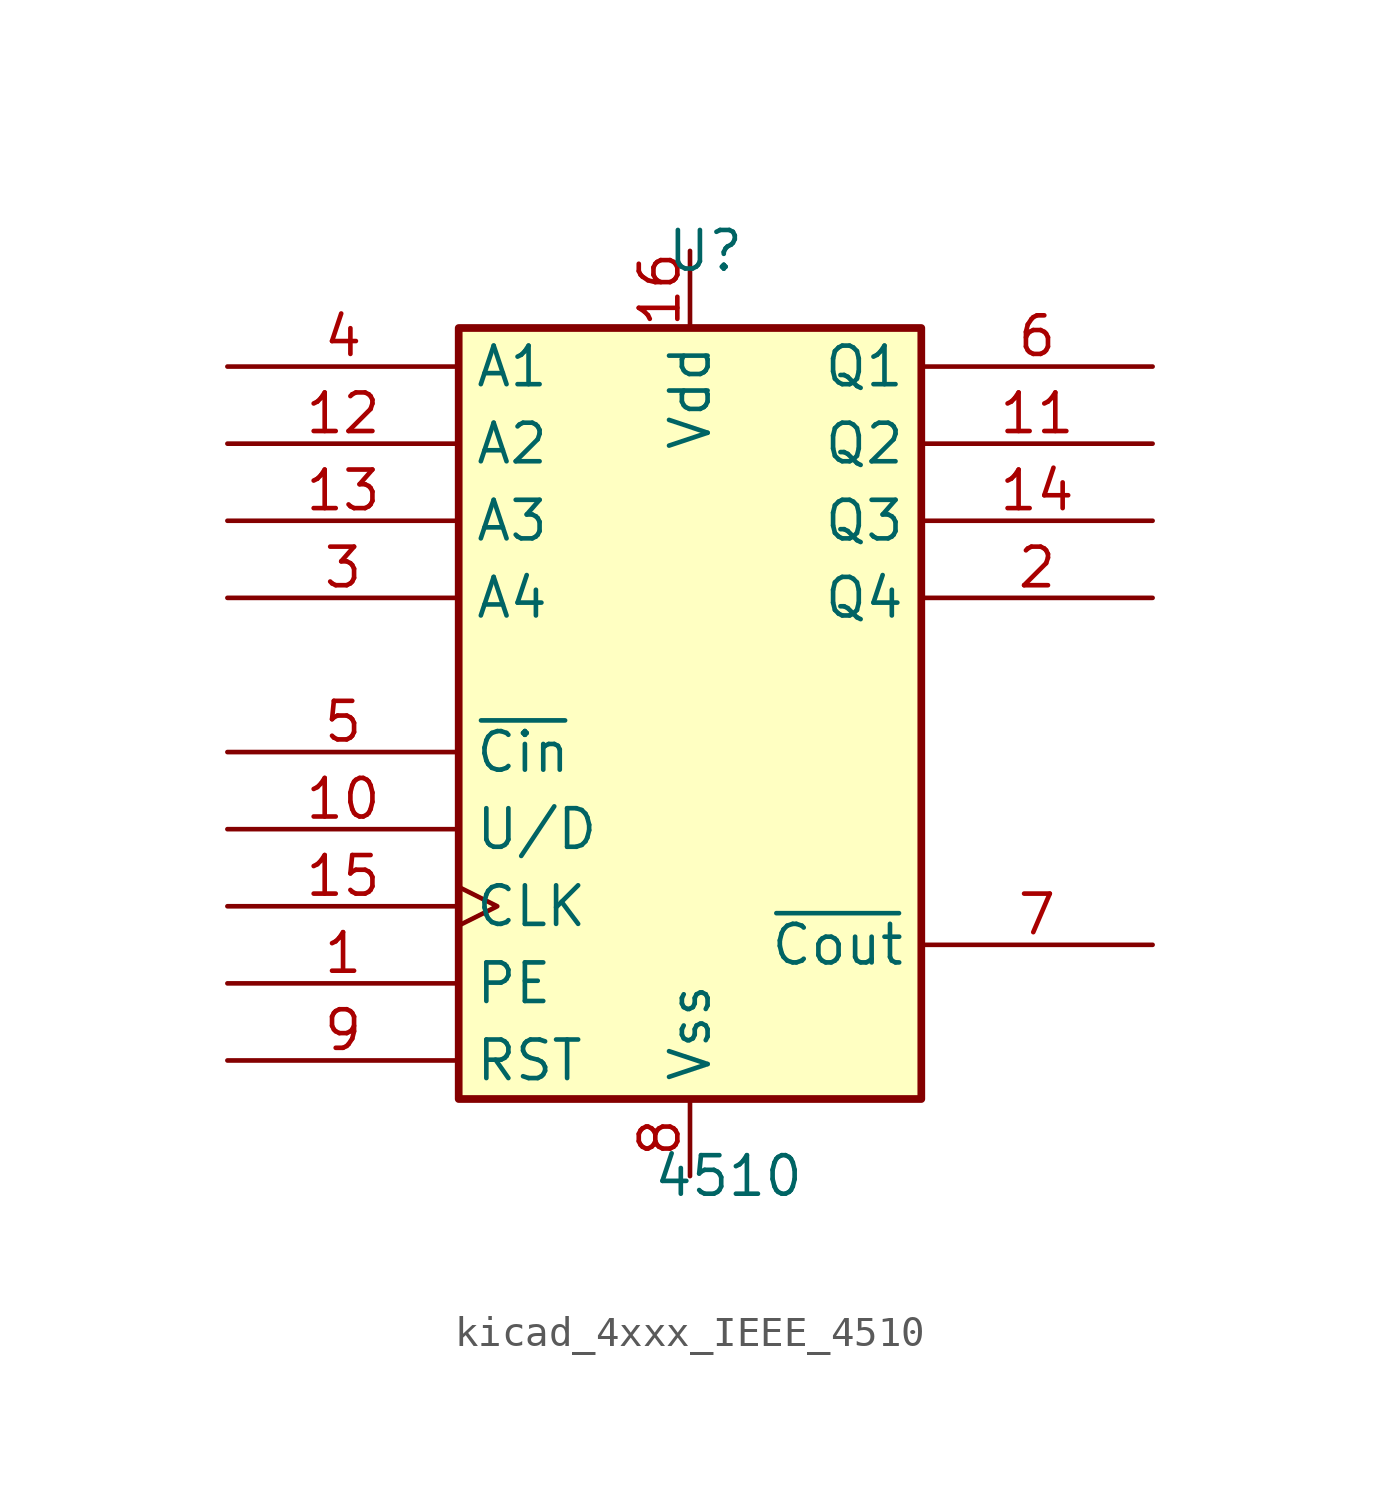
<source format=kicad_sym>
(kicad_symbol_lib
  (version 20220914)
  (generator kicad_symbol_editor)
  (symbol "kicad_4xxx_IEEE_4510"
    (property "Reference" "U"
      (at 0.508 15.24 0)
      (effects (font (size 1.27 1.27))))
    (property "Value" "4510"
      (at 1.27 -15.24 0)
      (effects (font (size 1.27 1.27))))
    (symbol "kicad_4xxx_IEEE_4510_0_1"
      (rectangle (start -7.62 12.7) (end 7.62 -12.7) (stroke (width 0.254) (type default)) (fill (type background))))
    (symbol "kicad_4xxx_IEEE_4510_1_1"
      (pin input line (at -15.24 -8.89 0) (length 7.62) (name "PE" (effects (font (size 1.27 1.27)))) (number "1" (effects (font (size 1.27 1.27)))))
      (pin input line (at -15.24 -3.81 0) (length 7.62) (name "U/D" (effects (font (size 1.27 1.27)))) (number "10" (effects (font (size 1.27 1.27)))))
      (pin output line (at 15.24 8.89 180) (length 7.62) (name "Q2" (effects (font (size 1.27 1.27)))) (number "11" (effects (font (size 1.27 1.27)))))
      (pin input line (at -15.24 8.89 0) (length 7.62) (name "A2" (effects (font (size 1.27 1.27)))) (number "12" (effects (font (size 1.27 1.27)))))
      (pin input line (at -15.24 6.35 0) (length 7.62) (name "A3" (effects (font (size 1.27 1.27)))) (number "13" (effects (font (size 1.27 1.27)))))
      (pin output line (at 15.24 6.35 180) (length 7.62) (name "Q3" (effects (font (size 1.27 1.27)))) (number "14" (effects (font (size 1.27 1.27)))))
      (pin input clock (at -15.24 -6.35 0) (length 7.62) (name "CLK" (effects (font (size 1.27 1.27)))) (number "15" (effects (font (size 1.27 1.27)))))
      (pin power_in line (at 0 15.24 270) (length 2.54) (name "Vdd" (effects (font (size 1.27 1.27)))) (number "16" (effects (font (size 1.27 1.27)))))
      (pin output line (at 15.24 3.81 180) (length 7.62) (name "Q4" (effects (font (size 1.27 1.27)))) (number "2" (effects (font (size 1.27 1.27)))))
      (pin input line (at -15.24 3.81 0) (length 7.62) (name "A4" (effects (font (size 1.27 1.27)))) (number "3" (effects (font (size 1.27 1.27)))))
      (pin input line (at -15.24 11.43 0) (length 7.62) (name "A1" (effects (font (size 1.27 1.27)))) (number "4" (effects (font (size 1.27 1.27)))))
      (pin input line (at -15.24 -1.27 0) (length 7.62) (name "~{Cin}" (effects (font (size 1.27 1.27)))) (number "5" (effects (font (size 1.27 1.27)))))
      (pin output line (at 15.24 11.43 180) (length 7.62) (name "Q1" (effects (font (size 1.27 1.27)))) (number "6" (effects (font (size 1.27 1.27)))))
      (pin output line (at 15.24 -7.62 180) (length 7.62) (name "~{Cout}" (effects (font (size 1.27 1.27)))) (number "7" (effects (font (size 1.27 1.27)))))
      (pin power_in line (at 0 -15.24 90) (length 2.54) (name "Vss" (effects (font (size 1.27 1.27)))) (number "8" (effects (font (size 1.27 1.27)))))
      (pin input line (at -15.24 -11.43 0) (length 7.62) (name "RST" (effects (font (size 1.27 1.27)))) (number "9" (effects (font (size 1.27 1.27))))))))
</source>
